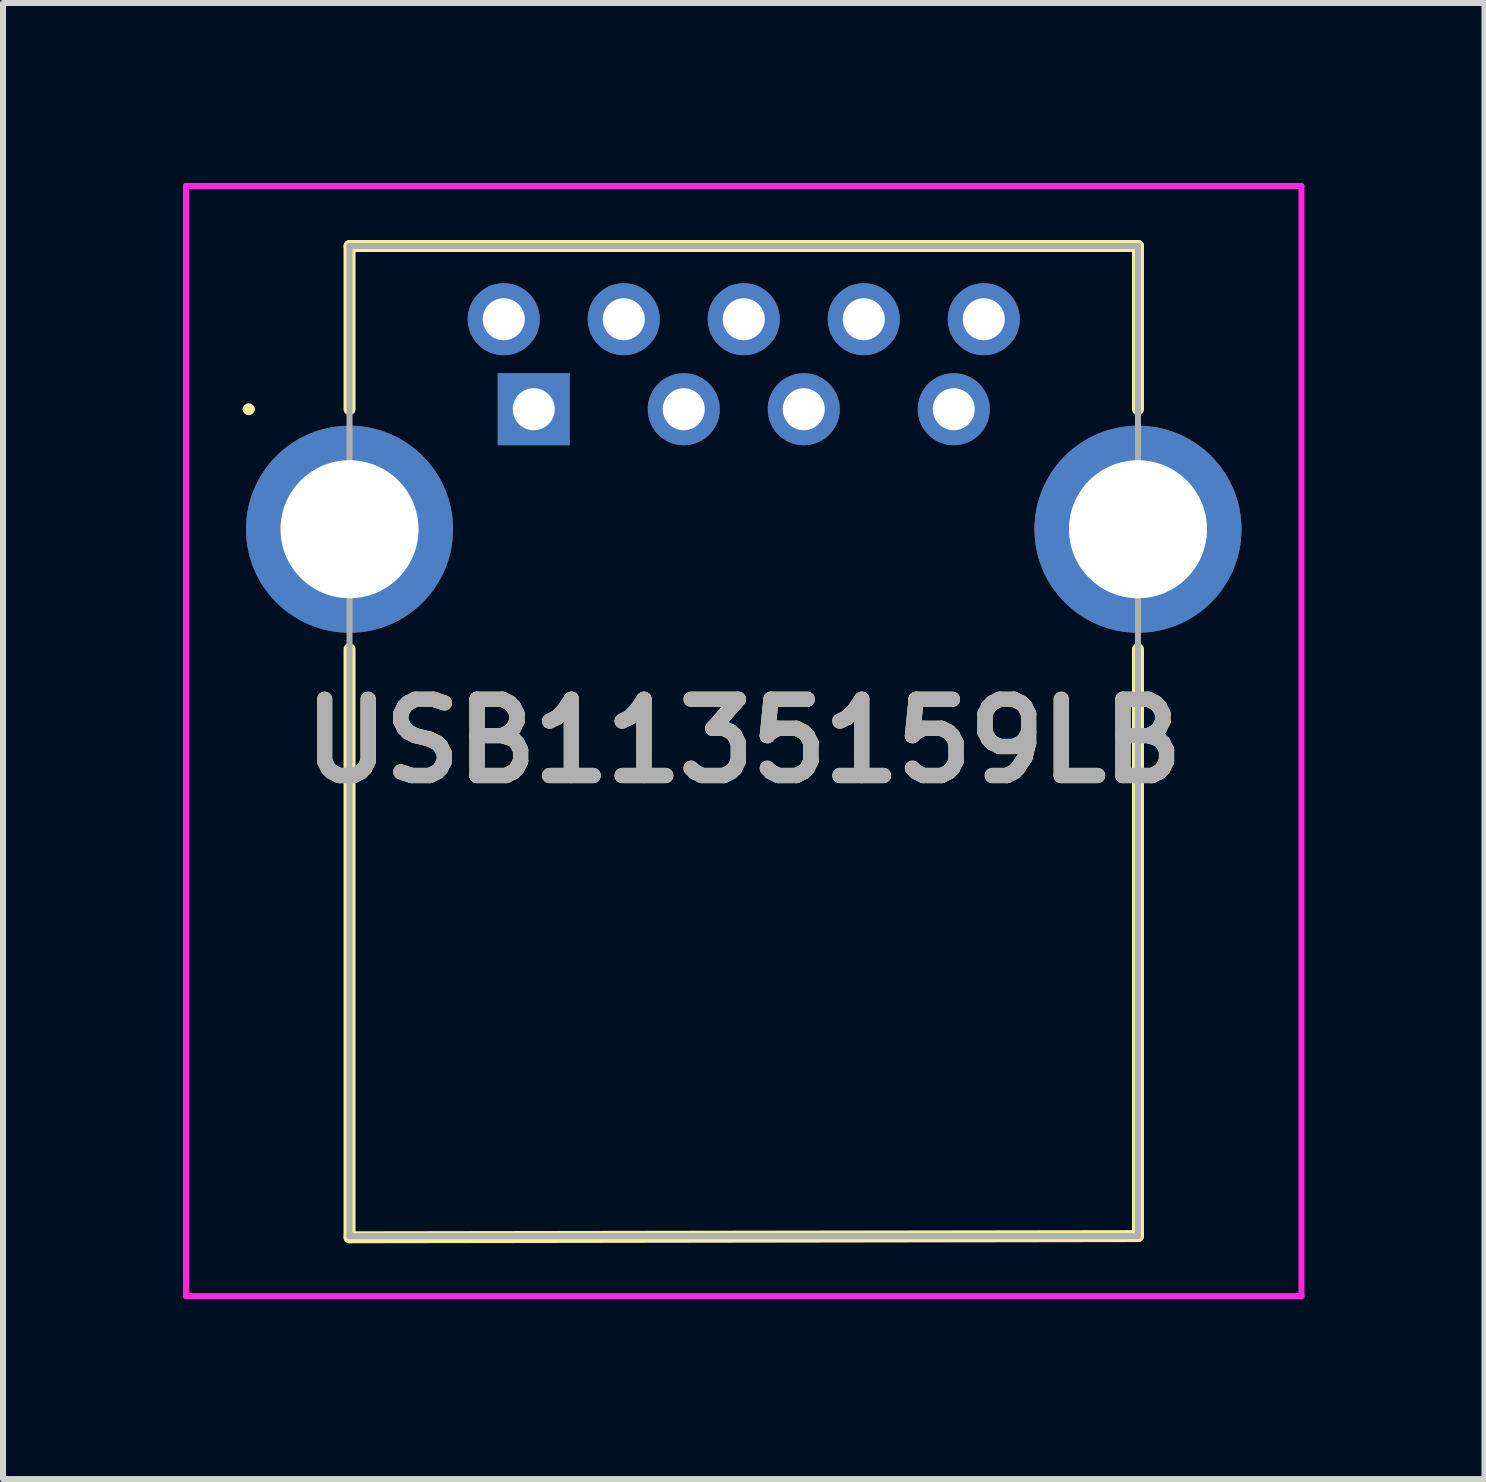
<source format=kicad_pcb>
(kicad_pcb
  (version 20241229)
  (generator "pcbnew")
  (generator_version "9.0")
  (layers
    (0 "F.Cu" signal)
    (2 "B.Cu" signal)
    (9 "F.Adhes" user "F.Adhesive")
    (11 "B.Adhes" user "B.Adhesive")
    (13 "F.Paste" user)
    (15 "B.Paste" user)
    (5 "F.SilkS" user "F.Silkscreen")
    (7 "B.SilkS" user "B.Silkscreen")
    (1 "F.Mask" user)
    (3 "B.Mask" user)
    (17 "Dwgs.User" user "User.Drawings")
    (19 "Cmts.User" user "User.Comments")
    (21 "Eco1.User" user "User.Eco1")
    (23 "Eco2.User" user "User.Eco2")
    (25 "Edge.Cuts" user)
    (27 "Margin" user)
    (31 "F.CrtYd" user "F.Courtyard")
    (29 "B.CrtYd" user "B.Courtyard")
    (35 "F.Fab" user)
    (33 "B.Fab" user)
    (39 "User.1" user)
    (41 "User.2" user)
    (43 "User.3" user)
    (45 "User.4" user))
  (footprint "USB1135159LB"
    (layer "F.Cu")
    (at 5.845 3.77)
    (property "Reference" "USB1135159LB" (at 3.5 5.53 0) (layer "F.SilkS") (effects (font (size 1.27 1.27) (thickness 0.254))))
    (attr through_hole)
    (fp_line (start -4.8 0) (end -4.8 0) (stroke (width 0.1) (type solid)) (layer "F.SilkS"))
    (fp_line (start -4.7 0) (end -4.7 0) (stroke (width 0.1) (type solid)) (layer "F.SilkS"))
    (fp_line (start -3.07 -2.72) (end -3.07 0) (stroke (width 0.2) (type solid)) (layer "F.SilkS"))
    (fp_line (start -3.07 13.8) (end -3.07 4) (stroke (width 0.2) (type solid)) (layer "F.SilkS"))
    (fp_line (start 10.07 -2.72) (end -3.07 -2.72) (stroke (width 0.2) (type solid)) (layer "F.SilkS"))
    (fp_line (start 10.07 0) (end 10.07 -2.72) (stroke (width 0.2) (type solid)) (layer "F.SilkS"))
    (fp_line (start 10.07 4) (end 10.07 13.78) (stroke (width 0.2) (type solid)) (layer "F.SilkS"))
    (fp_line (start 10.07 13.78) (end -3.07 13.8) (stroke (width 0.2) (type solid)) (layer "F.SilkS"))
    (fp_arc (start -4.8 0) (mid -4.75 -0.05) (end -4.7 0) (stroke (width 0.1) (type solid)) (layer "F.SilkS"))
    (fp_arc (start -4.7 0) (mid -4.75 0.05) (end -4.8 0) (stroke (width 0.1) (type solid)) (layer "F.SilkS"))
    (fp_line (start -5.795 -3.72) (end 12.795 -3.72) (stroke (width 0.1) (type solid)) (layer "F.CrtYd"))
    (fp_line (start -5.795 14.78) (end -5.795 -3.72) (stroke (width 0.1) (type solid)) (layer "F.CrtYd"))
    (fp_line (start 12.795 -3.72) (end 12.795 14.78) (stroke (width 0.1) (type solid)) (layer "F.CrtYd"))
    (fp_line (start 12.795 14.78) (end -5.795 14.78) (stroke (width 0.1) (type solid)) (layer "F.CrtYd"))
    (fp_line (start -3.07 -2.72) (end 10.07 -2.72) (stroke (width 0.1) (type solid)) (layer "F.Fab"))
    (fp_line (start -3.07 13.78) (end -3.07 -2.72) (stroke (width 0.1) (type solid)) (layer "F.Fab"))
    (fp_line (start 10.07 -2.72) (end 10.07 13.78) (stroke (width 0.1) (type solid)) (layer "F.Fab"))
    (fp_line (start 10.07 13.78) (end -3.07 13.78) (stroke (width 0.1) (type solid)) (layer "F.Fab"))
    (fp_text user "${REFERENCE}" (at 3.5 5.53 0) (layer "F.Fab") (effects (font (size 1.27 1.27) (thickness 0.254))))
    (pad "1" thru_hole rect (at 0 0) (size 1.2 1.2) (drill 0.7) (layers "*.Cu" "*.Mask"))
    (pad "2" thru_hole circle (at 2.5 0) (size 1.2 1.2) (drill 0.7) (layers "*.Cu" "*.Mask"))
    (pad "3" thru_hole circle (at 4.5 0) (size 1.2 1.2) (drill 0.7) (layers "*.Cu" "*.Mask"))
    (pad "4" thru_hole circle (at 7 0) (size 1.2 1.2) (drill 0.7) (layers "*.Cu" "*.Mask"))
    (pad "5" thru_hole circle (at 7.5 -1.5) (size 1.2 1.2) (drill 0.7) (layers "*.Cu" "*.Mask"))
    (pad "6" thru_hole circle (at 5.5 -1.5) (size 1.2 1.2) (drill 0.7) (layers "*.Cu" "*.Mask"))
    (pad "7" thru_hole circle (at 3.5 -1.5) (size 1.2 1.2) (drill 0.7) (layers "*.Cu" "*.Mask"))
    (pad "8" thru_hole circle (at 1.5 -1.5) (size 1.2 1.2) (drill 0.7) (layers "*.Cu" "*.Mask"))
    (pad "9" thru_hole circle (at -0.5 -1.5) (size 1.2 1.2) (drill 0.7) (layers "*.Cu" "*.Mask"))
    (pad "MH1" thru_hole circle (at -3.07 2) (size 3.45 3.45) (drill 2.3) (layers "*.Cu" "*.Mask"))
    (pad "MH2" thru_hole circle (at 10.07 2) (size 3.45 3.45) (drill 2.3) (layers "*.Cu" "*.Mask")))
  (gr_rect
    (start -3 -3)
    (end 21.69 21.6)
    (stroke (width 0.1) (type default))
    (fill no)
    (layer "Edge.Cuts")))
</source>
